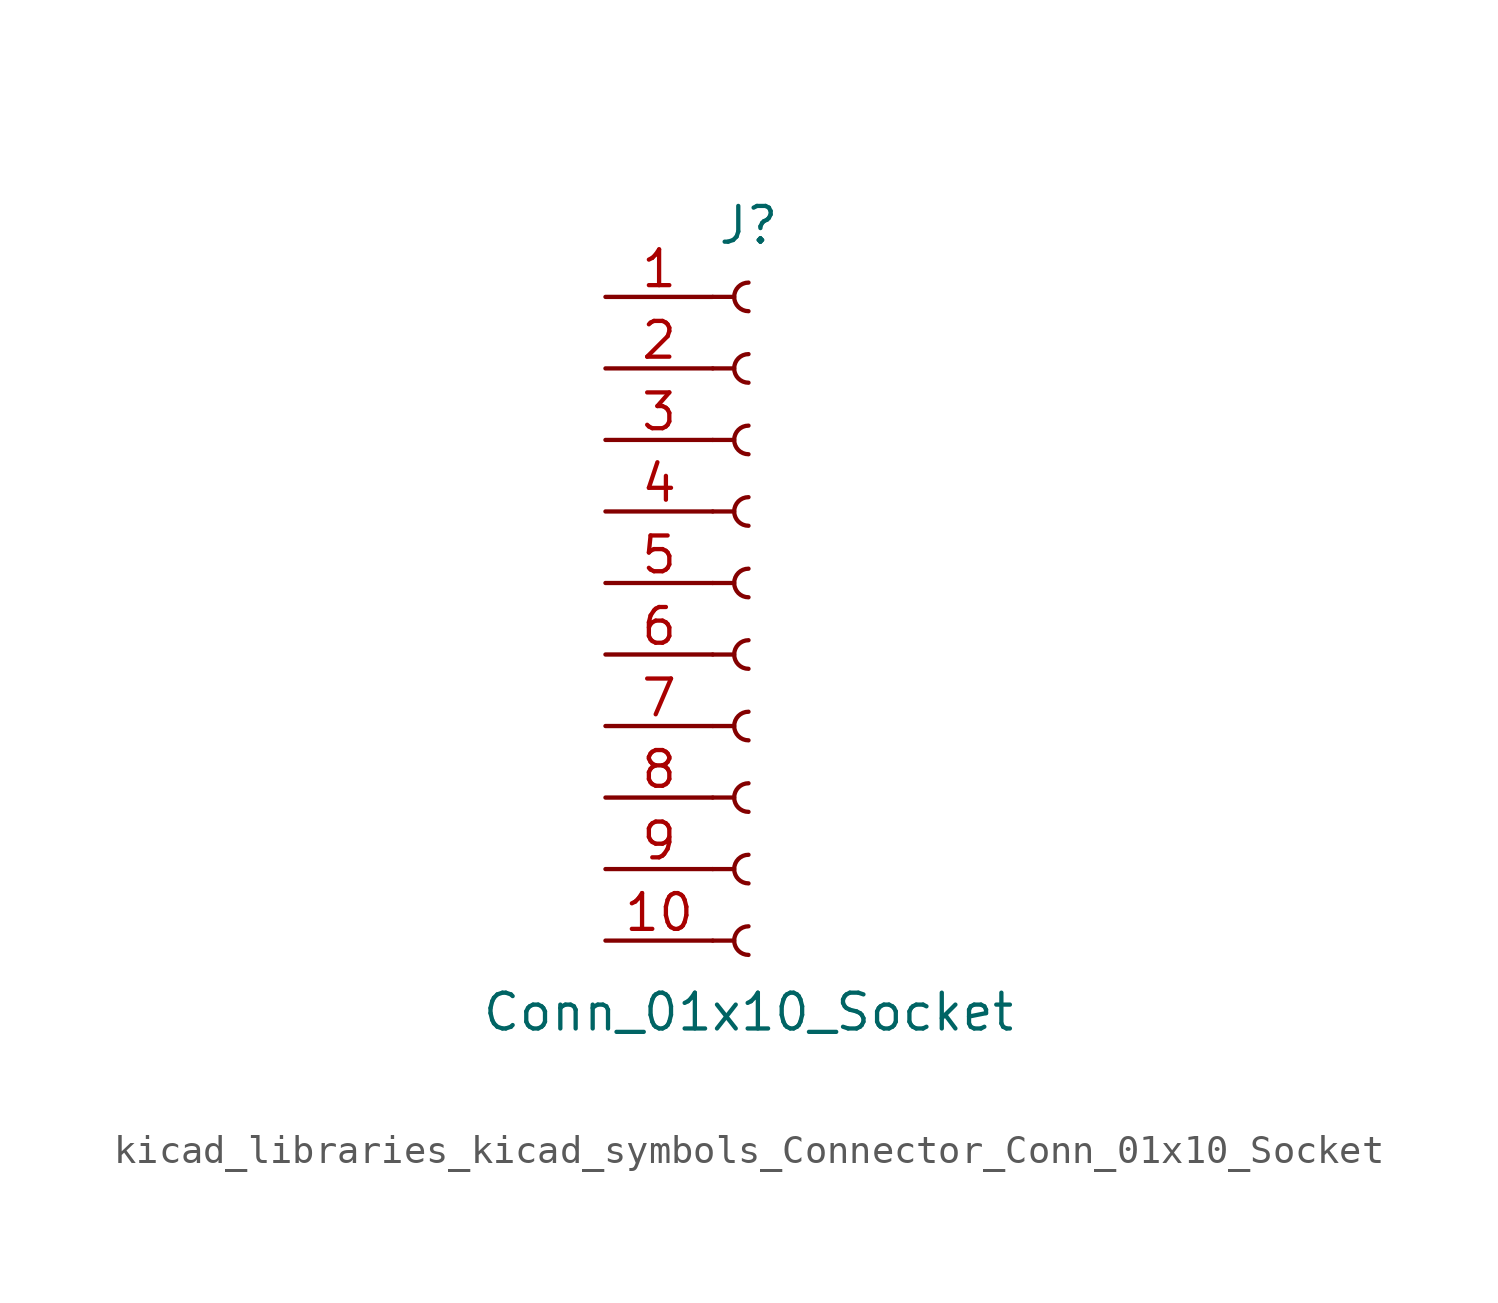
<source format=kicad_sym>
(kicad_symbol_lib
  (version 20220914)
  (generator kicad_symbol_editor)
  (symbol "kicad_libraries_kicad_symbols_Connector_Conn_01x10_Socket"
    (pin_names
      (offset 1.016) hide)
    (property "Reference" "J"
      (at 0 12.7 0)
      (effects (font (size 1.27 1.27))))
    (property "Value" "Conn_01x10_Socket"
      (at 0 -15.24 0)
      (effects (font (size 1.27 1.27))))
    (property "ki_locked" ""
      (at 0 0 0)
      (effects (font (size 1.27 1.27))))
    (symbol "kicad_libraries_kicad_symbols_Connector_Conn_01x10_Socket_1_1"
      (arc (start 0 -12.192) (mid -0.5058 -12.7) (end 0 -13.208) (stroke (width 0.1524) (type default)) (fill (type none)))
      (arc (start 0 -9.652) (mid -0.5058 -10.16) (end 0 -10.668) (stroke (width 0.1524) (type default)) (fill (type none)))
      (arc (start 0 -7.112) (mid -0.5058 -7.62) (end 0 -8.128) (stroke (width 0.1524) (type default)) (fill (type none)))
      (arc (start 0 -4.572) (mid -0.5058 -5.08) (end 0 -5.588) (stroke (width 0.1524) (type default)) (fill (type none)))
      (arc (start 0 -2.032) (mid -0.5058 -2.54) (end 0 -3.048) (stroke (width 0.1524) (type default)) (fill (type none)))
      (polyline (pts (xy -1.27 -12.7) (xy -0.508 -12.7)) (stroke (width 0.152) (type default)) (fill (type none)))
      (polyline (pts (xy -1.27 -10.16) (xy -0.508 -10.16)) (stroke (width 0.152) (type default)) (fill (type none)))
      (polyline (pts (xy -1.27 -7.62) (xy -0.508 -7.62)) (stroke (width 0.152) (type default)) (fill (type none)))
      (polyline (pts (xy -1.27 -5.08) (xy -0.508 -5.08)) (stroke (width 0.152) (type default)) (fill (type none)))
      (polyline (pts (xy -1.27 -2.54) (xy -0.508 -2.54)) (stroke (width 0.152) (type default)) (fill (type none)))
      (polyline (pts (xy -1.27 0) (xy -0.508 0)) (stroke (width 0.152) (type default)) (fill (type none)))
      (polyline (pts (xy -1.27 2.54) (xy -0.508 2.54)) (stroke (width 0.152) (type default)) (fill (type none)))
      (polyline (pts (xy -1.27 5.08) (xy -0.508 5.08)) (stroke (width 0.152) (type default)) (fill (type none)))
      (polyline (pts (xy -1.27 7.62) (xy -0.508 7.62)) (stroke (width 0.152) (type default)) (fill (type none)))
      (polyline (pts (xy -1.27 10.16) (xy -0.508 10.16)) (stroke (width 0.152) (type default)) (fill (type none)))
      (arc (start 0 0.508) (mid -0.5058 0) (end 0 -0.508) (stroke (width 0.1524) (type default)) (fill (type none)))
      (arc (start 0 3.048) (mid -0.5058 2.54) (end 0 2.032) (stroke (width 0.1524) (type default)) (fill (type none)))
      (arc (start 0 5.588) (mid -0.5058 5.08) (end 0 4.572) (stroke (width 0.1524) (type default)) (fill (type none)))
      (arc (start 0 8.128) (mid -0.5058 7.62) (end 0 7.112) (stroke (width 0.1524) (type default)) (fill (type none)))
      (arc (start 0 10.668) (mid -0.5058 10.16) (end 0 9.652) (stroke (width 0.1524) (type default)) (fill (type none)))
      (pin passive line (at -5.08 10.16 0) (length 3.81) (name "Pin_1" (effects (font (size 1.27 1.27)))) (number "1" (effects (font (size 1.27 1.27)))))
      (pin passive line (at -5.08 -12.7 0) (length 3.81) (name "Pin_10" (effects (font (size 1.27 1.27)))) (number "10" (effects (font (size 1.27 1.27)))))
      (pin passive line (at -5.08 7.62 0) (length 3.81) (name "Pin_2" (effects (font (size 1.27 1.27)))) (number "2" (effects (font (size 1.27 1.27)))))
      (pin passive line (at -5.08 5.08 0) (length 3.81) (name "Pin_3" (effects (font (size 1.27 1.27)))) (number "3" (effects (font (size 1.27 1.27)))))
      (pin passive line (at -5.08 2.54 0) (length 3.81) (name "Pin_4" (effects (font (size 1.27 1.27)))) (number "4" (effects (font (size 1.27 1.27)))))
      (pin passive line (at -5.08 0 0) (length 3.81) (name "Pin_5" (effects (font (size 1.27 1.27)))) (number "5" (effects (font (size 1.27 1.27)))))
      (pin passive line (at -5.08 -2.54 0) (length 3.81) (name "Pin_6" (effects (font (size 1.27 1.27)))) (number "6" (effects (font (size 1.27 1.27)))))
      (pin passive line (at -5.08 -5.08 0) (length 3.81) (name "Pin_7" (effects (font (size 1.27 1.27)))) (number "7" (effects (font (size 1.27 1.27)))))
      (pin passive line (at -5.08 -7.62 0) (length 3.81) (name "Pin_8" (effects (font (size 1.27 1.27)))) (number "8" (effects (font (size 1.27 1.27)))))
      (pin passive line (at -5.08 -10.16 0) (length 3.81) (name "Pin_9" (effects (font (size 1.27 1.27)))) (number "9" (effects (font (size 1.27 1.27))))))))
</source>
